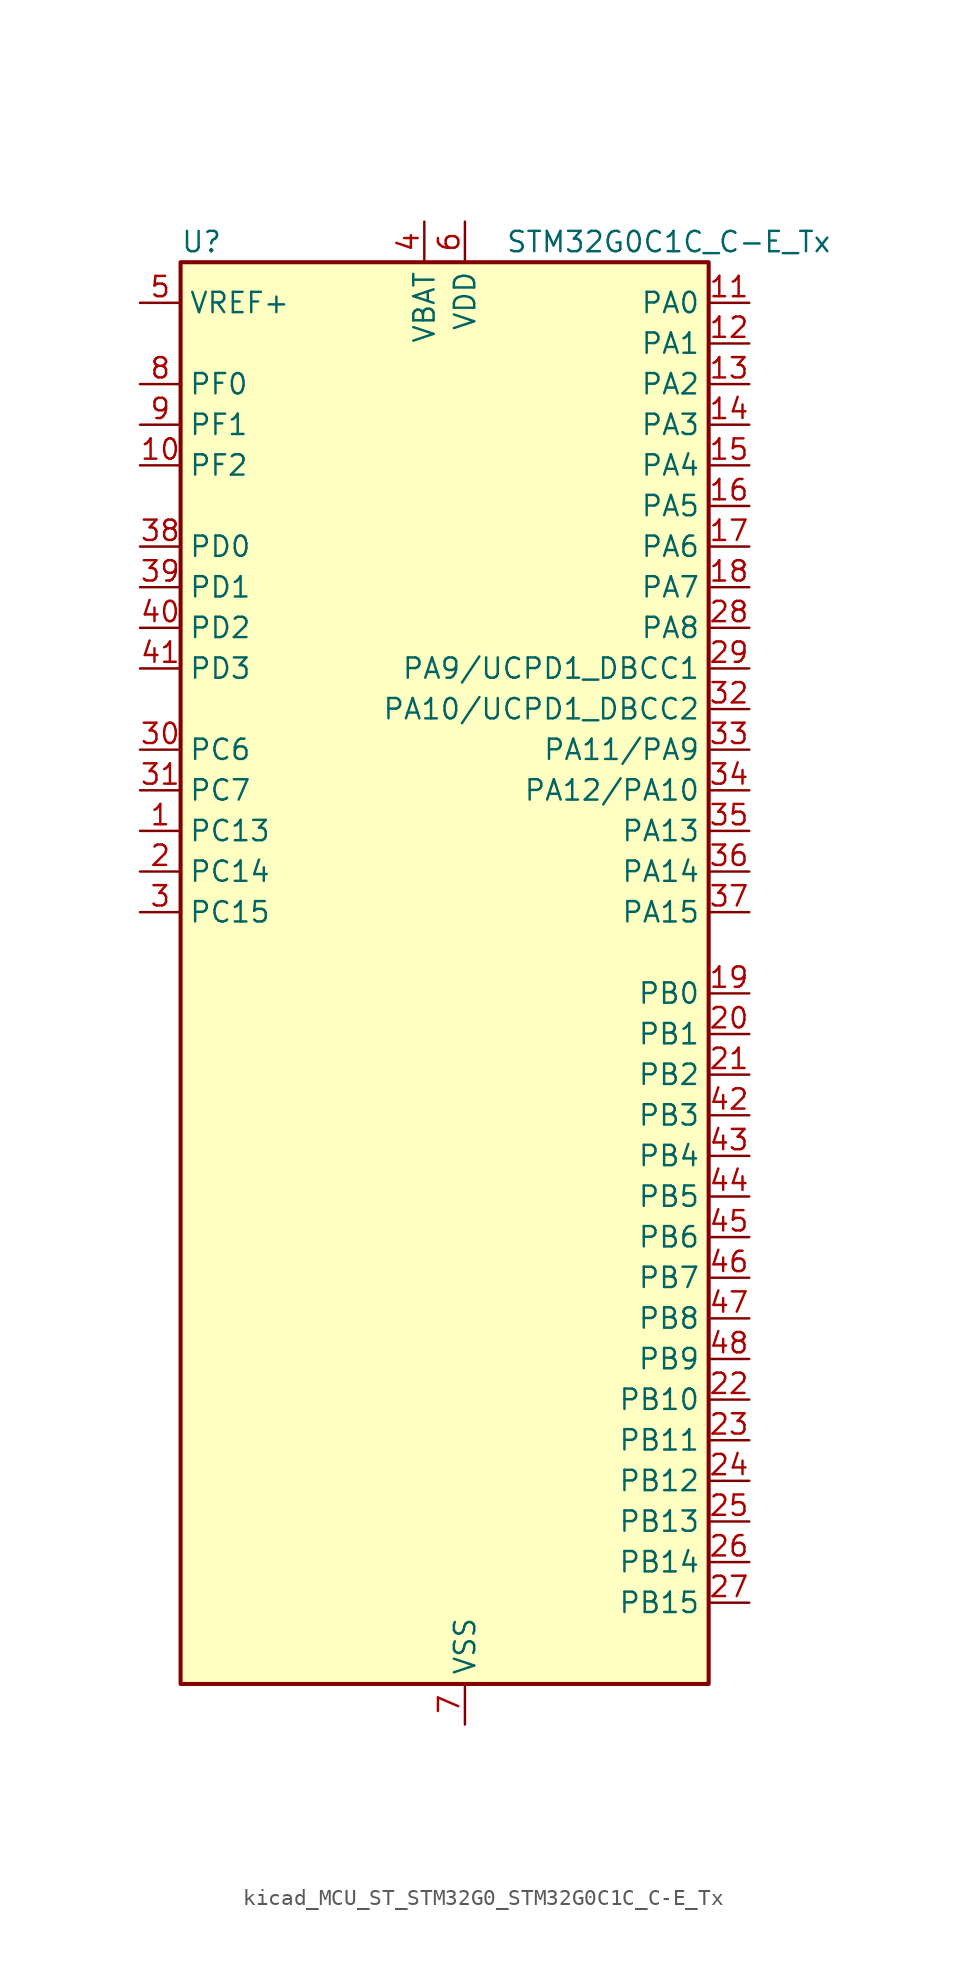
<source format=kicad_sym>
(kicad_symbol_lib
  (version 20220914)
  (generator kicad_symbol_editor)
  (symbol "kicad_MCU_ST_STM32G0_STM32G0C1C_C-E_Tx"
    (property "Reference" "U"
      (at -15.24 46.99 0)
      (effects (font (size 1.27 1.27)) (justify left)))
    (property "Value" "STM32G0C1C_C-E_Tx"
      (at 5.08 46.99 0)
      (effects (font (size 1.27 1.27)) (justify left)))
    (property "ki_locked" ""
      (at 0 0 0)
      (effects (font (size 1.27 1.27))))
    (symbol "kicad_MCU_ST_STM32G0_STM32G0C1C_C-E_Tx_0_1"
      (rectangle (start -15.24 -43.18) (end 17.78 45.72) (stroke (width 0.254) (type default)) (fill (type background))))
    (symbol "kicad_MCU_ST_STM32G0_STM32G0C1C_C-E_Tx_1_1"
      (pin bidirectional line (at -17.78 10.16 0) (length 2.54) (name "PC13" (effects (font (size 1.27 1.27)))) (number "1" (effects (font (size 1.27 1.27)))) (alternate "RTC_OUT1" bidirectional line) (alternate "RTC_TAMP_IN1" bidirectional line) (alternate "RTC_TS" bidirectional line) (alternate "SYS_WKUP2" bidirectional line) (alternate "TIM1_BK" bidirectional line))
      (pin bidirectional line (at -17.78 33.02 0) (length 2.54) (name "PF2" (effects (font (size 1.27 1.27)))) (number "10" (effects (font (size 1.27 1.27)))) (alternate "LPUART2_DE" bidirectional line) (alternate "LPUART2_RTS" bidirectional line) (alternate "LPUART2_TX" bidirectional line) (alternate "RCC_MCO" bidirectional line))
      (pin bidirectional line (at 20.32 43.18 180) (length 2.54) (name "PA0" (effects (font (size 1.27 1.27)))) (number "11" (effects (font (size 1.27 1.27)))) (alternate "ADC1_IN0" bidirectional line) (alternate "COMP1_INM" bidirectional line) (alternate "COMP1_OUT" bidirectional line) (alternate "I2S2_CK" bidirectional line) (alternate "LPTIM1_OUT" bidirectional line) (alternate "RTC_TAMP_IN2" bidirectional line) (alternate "SPI2_SCK" bidirectional line) (alternate "SYS_WKUP1" bidirectional line) (alternate "TIM2_CH1" bidirectional line) (alternate "TIM2_ETR" bidirectional line) (alternate "UCPD2_FRSTX1" bidirectional line) (alternate "UCPD2_FRSTX2" bidirectional line) (alternate "USART2_CTS" bidirectional line) (alternate "USART2_NSS" bidirectional line) (alternate "USART4_TX" bidirectional line))
      (pin bidirectional line (at 20.32 40.64 180) (length 2.54) (name "PA1" (effects (font (size 1.27 1.27)))) (number "12" (effects (font (size 1.27 1.27)))) (alternate "ADC1_IN1" bidirectional line) (alternate "COMP1_INP" bidirectional line) (alternate "I2C1_SMBA" bidirectional line) (alternate "I2S1_CK" bidirectional line) (alternate "SPI1_SCK" bidirectional line) (alternate "TIM15_CH1N" bidirectional line) (alternate "TIM2_CH2" bidirectional line) (alternate "USART2_CK" bidirectional line) (alternate "USART2_DE" bidirectional line) (alternate "USART2_RTS" bidirectional line) (alternate "USART4_RX" bidirectional line))
      (pin bidirectional line (at 20.32 38.1 180) (length 2.54) (name "PA2" (effects (font (size 1.27 1.27)))) (number "13" (effects (font (size 1.27 1.27)))) (alternate "ADC1_IN2" bidirectional line) (alternate "COMP2_INM" bidirectional line) (alternate "COMP2_OUT" bidirectional line) (alternate "I2S1_SD" bidirectional line) (alternate "LPUART1_TX" bidirectional line) (alternate "RCC_LSCO" bidirectional line) (alternate "SPI1_MOSI" bidirectional line) (alternate "SYS_WKUP4" bidirectional line) (alternate "TIM15_CH1" bidirectional line) (alternate "TIM2_CH3" bidirectional line) (alternate "UCPD1_FRSTX1" bidirectional line) (alternate "UCPD1_FRSTX2" bidirectional line) (alternate "USART2_TX" bidirectional line))
      (pin bidirectional line (at 20.32 35.56 180) (length 2.54) (name "PA3" (effects (font (size 1.27 1.27)))) (number "14" (effects (font (size 1.27 1.27)))) (alternate "ADC1_IN3" bidirectional line) (alternate "COMP2_INP" bidirectional line) (alternate "I2S2_MCK" bidirectional line) (alternate "LPUART1_RX" bidirectional line) (alternate "SPI2_MISO" bidirectional line) (alternate "TIM15_CH2" bidirectional line) (alternate "TIM2_CH4" bidirectional line) (alternate "UCPD2_FRSTX1" bidirectional line) (alternate "UCPD2_FRSTX2" bidirectional line) (alternate "USART2_RX" bidirectional line))
      (pin bidirectional line (at 20.32 33.02 180) (length 2.54) (name "PA4" (effects (font (size 1.27 1.27)))) (number "15" (effects (font (size 1.27 1.27)))) (alternate "ADC1_IN4" bidirectional line) (alternate "DAC1_OUT1" bidirectional line) (alternate "I2S1_WS" bidirectional line) (alternate "I2S2_SD" bidirectional line) (alternate "LPTIM2_OUT" bidirectional line) (alternate "RTC_OUT2" bidirectional line) (alternate "SPI1_NSS" bidirectional line) (alternate "SPI2_MOSI" bidirectional line) (alternate "SPI3_NSS" bidirectional line) (alternate "TIM14_CH1" bidirectional line) (alternate "UCPD2_FRSTX1" bidirectional line) (alternate "UCPD2_FRSTX2" bidirectional line) (alternate "USART6_TX" bidirectional line) (alternate "USB_NOE" bidirectional line))
      (pin bidirectional line (at 20.32 30.48 180) (length 2.54) (name "PA5" (effects (font (size 1.27 1.27)))) (number "16" (effects (font (size 1.27 1.27)))) (alternate "ADC1_IN5" bidirectional line) (alternate "CEC" bidirectional line) (alternate "DAC1_OUT2" bidirectional line) (alternate "I2S1_CK" bidirectional line) (alternate "LPTIM2_ETR" bidirectional line) (alternate "SPI1_SCK" bidirectional line) (alternate "TIM2_CH1" bidirectional line) (alternate "TIM2_ETR" bidirectional line) (alternate "UCPD1_FRSTX1" bidirectional line) (alternate "UCPD1_FRSTX2" bidirectional line) (alternate "USART3_TX" bidirectional line) (alternate "USART6_RX" bidirectional line))
      (pin bidirectional line (at 20.32 27.94 180) (length 2.54) (name "PA6" (effects (font (size 1.27 1.27)))) (number "17" (effects (font (size 1.27 1.27)))) (alternate "ADC1_IN6" bidirectional line) (alternate "COMP1_OUT" bidirectional line) (alternate "I2C2_SDA" bidirectional line) (alternate "I2C3_SDA" bidirectional line) (alternate "I2S1_MCK" bidirectional line) (alternate "LPUART1_CTS" bidirectional line) (alternate "SPI1_MISO" bidirectional line) (alternate "TIM16_CH1" bidirectional line) (alternate "TIM1_BK" bidirectional line) (alternate "TIM3_CH1" bidirectional line) (alternate "USART3_CTS" bidirectional line) (alternate "USART3_NSS" bidirectional line) (alternate "USART6_CTS" bidirectional line) (alternate "USART6_NSS" bidirectional line))
      (pin bidirectional line (at 20.32 25.4 180) (length 2.54) (name "PA7" (effects (font (size 1.27 1.27)))) (number "18" (effects (font (size 1.27 1.27)))) (alternate "ADC1_IN7" bidirectional line) (alternate "COMP2_OUT" bidirectional line) (alternate "I2C2_SCL" bidirectional line) (alternate "I2C3_SCL" bidirectional line) (alternate "I2S1_SD" bidirectional line) (alternate "SPI1_MOSI" bidirectional line) (alternate "TIM14_CH1" bidirectional line) (alternate "TIM17_CH1" bidirectional line) (alternate "TIM1_CH1N" bidirectional line) (alternate "TIM3_CH2" bidirectional line) (alternate "UCPD1_FRSTX1" bidirectional line) (alternate "UCPD1_FRSTX2" bidirectional line) (alternate "USART6_CK" bidirectional line) (alternate "USART6_DE" bidirectional line) (alternate "USART6_RTS" bidirectional line))
      (pin bidirectional line (at 20.32 0 180) (length 2.54) (name "PB0" (effects (font (size 1.27 1.27)))) (number "19" (effects (font (size 1.27 1.27)))) (alternate "ADC1_IN8" bidirectional line) (alternate "COMP1_OUT" bidirectional line) (alternate "COMP3_INP" bidirectional line) (alternate "FDCAN2_RX" bidirectional line) (alternate "I2S1_WS" bidirectional line) (alternate "LPTIM1_OUT" bidirectional line) (alternate "LPUART2_CTS" bidirectional line) (alternate "SPI1_NSS" bidirectional line) (alternate "TIM1_CH2N" bidirectional line) (alternate "TIM3_CH3" bidirectional line) (alternate "UCPD1_FRSTX1" bidirectional line) (alternate "UCPD1_FRSTX2" bidirectional line) (alternate "USART3_RX" bidirectional line) (alternate "USART5_TX" bidirectional line))
      (pin bidirectional line (at -17.78 7.62 0) (length 2.54) (name "PC14" (effects (font (size 1.27 1.27)))) (number "2" (effects (font (size 1.27 1.27)))) (alternate "RCC_OSC32_IN" bidirectional line) (alternate "TIM1_BK2" bidirectional line))
      (pin bidirectional line (at 20.32 -2.54 180) (length 2.54) (name "PB1" (effects (font (size 1.27 1.27)))) (number "20" (effects (font (size 1.27 1.27)))) (alternate "ADC1_IN9" bidirectional line) (alternate "COMP1_INM" bidirectional line) (alternate "COMP3_OUT" bidirectional line) (alternate "FDCAN2_TX" bidirectional line) (alternate "LPTIM2_IN1" bidirectional line) (alternate "LPUART1_DE" bidirectional line) (alternate "LPUART1_RTS" bidirectional line) (alternate "LPUART2_DE" bidirectional line) (alternate "LPUART2_RTS" bidirectional line) (alternate "TIM14_CH1" bidirectional line) (alternate "TIM1_CH3N" bidirectional line) (alternate "TIM3_CH4" bidirectional line) (alternate "USART3_CK" bidirectional line) (alternate "USART3_DE" bidirectional line) (alternate "USART3_RTS" bidirectional line) (alternate "USART5_RX" bidirectional line))
      (pin bidirectional line (at 20.32 -5.08 180) (length 2.54) (name "PB2" (effects (font (size 1.27 1.27)))) (number "21" (effects (font (size 1.27 1.27)))) (alternate "ADC1_IN10" bidirectional line) (alternate "COMP1_INP" bidirectional line) (alternate "COMP3_INM" bidirectional line) (alternate "I2S2_MCK" bidirectional line) (alternate "LPTIM1_OUT" bidirectional line) (alternate "RCC_MCO_2" bidirectional line) (alternate "SPI2_MISO" bidirectional line) (alternate "USART3_TX" bidirectional line))
      (pin bidirectional line (at 20.32 -25.4 180) (length 2.54) (name "PB10" (effects (font (size 1.27 1.27)))) (number "22" (effects (font (size 1.27 1.27)))) (alternate "ADC1_IN11" bidirectional line) (alternate "CEC" bidirectional line) (alternate "COMP1_OUT" bidirectional line) (alternate "I2C2_SCL" bidirectional line) (alternate "I2S2_CK" bidirectional line) (alternate "LPUART1_RX" bidirectional line) (alternate "SPI2_SCK" bidirectional line) (alternate "TIM2_CH3" bidirectional line) (alternate "USART3_TX" bidirectional line))
      (pin bidirectional line (at 20.32 -27.94 180) (length 2.54) (name "PB11" (effects (font (size 1.27 1.27)))) (number "23" (effects (font (size 1.27 1.27)))) (alternate "ADC1_EXTI11" bidirectional line) (alternate "ADC1_IN15" bidirectional line) (alternate "COMP2_OUT" bidirectional line) (alternate "I2C2_SDA" bidirectional line) (alternate "I2S2_SD" bidirectional line) (alternate "LPUART1_TX" bidirectional line) (alternate "SPI2_MOSI" bidirectional line) (alternate "TIM2_CH4" bidirectional line) (alternate "USART3_RX" bidirectional line))
      (pin bidirectional line (at 20.32 -30.48 180) (length 2.54) (name "PB12" (effects (font (size 1.27 1.27)))) (number "24" (effects (font (size 1.27 1.27)))) (alternate "ADC1_IN16" bidirectional line) (alternate "FDCAN2_RX" bidirectional line) (alternate "I2C2_SMBA" bidirectional line) (alternate "I2S2_WS" bidirectional line) (alternate "LPUART1_DE" bidirectional line) (alternate "LPUART1_RTS" bidirectional line) (alternate "SPI2_NSS" bidirectional line) (alternate "TIM15_BK" bidirectional line) (alternate "TIM1_BK" bidirectional line) (alternate "UCPD2_FRSTX1" bidirectional line) (alternate "UCPD2_FRSTX2" bidirectional line))
      (pin bidirectional line (at 20.32 -33.02 180) (length 2.54) (name "PB13" (effects (font (size 1.27 1.27)))) (number "25" (effects (font (size 1.27 1.27)))) (alternate "FDCAN2_TX" bidirectional line) (alternate "I2C2_SCL" bidirectional line) (alternate "I2S2_CK" bidirectional line) (alternate "LPUART1_CTS" bidirectional line) (alternate "SPI2_SCK" bidirectional line) (alternate "TIM15_CH1N" bidirectional line) (alternate "TIM1_CH1N" bidirectional line) (alternate "USART3_CTS" bidirectional line) (alternate "USART3_NSS" bidirectional line))
      (pin bidirectional line (at 20.32 -35.56 180) (length 2.54) (name "PB14" (effects (font (size 1.27 1.27)))) (number "26" (effects (font (size 1.27 1.27)))) (alternate "I2C2_SDA" bidirectional line) (alternate "I2S2_MCK" bidirectional line) (alternate "SPI2_MISO" bidirectional line) (alternate "TIM15_CH1" bidirectional line) (alternate "TIM1_CH2N" bidirectional line) (alternate "UCPD1_FRSTX1" bidirectional line) (alternate "UCPD1_FRSTX2" bidirectional line) (alternate "USART3_CK" bidirectional line) (alternate "USART3_DE" bidirectional line) (alternate "USART3_RTS" bidirectional line) (alternate "USART6_CK" bidirectional line) (alternate "USART6_DE" bidirectional line) (alternate "USART6_RTS" bidirectional line))
      (pin bidirectional line (at 20.32 -38.1 180) (length 2.54) (name "PB15" (effects (font (size 1.27 1.27)))) (number "27" (effects (font (size 1.27 1.27)))) (alternate "I2S2_SD" bidirectional line) (alternate "RTC_REFIN" bidirectional line) (alternate "SPI2_MOSI" bidirectional line) (alternate "TIM15_CH1N" bidirectional line) (alternate "TIM15_CH2" bidirectional line) (alternate "TIM1_CH3N" bidirectional line) (alternate "UCPD1_CC2" bidirectional line) (alternate "USART6_CTS" bidirectional line) (alternate "USART6_NSS" bidirectional line))
      (pin bidirectional line (at 20.32 22.86 180) (length 2.54) (name "PA8" (effects (font (size 1.27 1.27)))) (number "28" (effects (font (size 1.27 1.27)))) (alternate "CRS1_SYNC" bidirectional line) (alternate "I2C2_SMBA" bidirectional line) (alternate "I2S2_WS" bidirectional line) (alternate "LPTIM2_OUT" bidirectional line) (alternate "RCC_MCO" bidirectional line) (alternate "SPI2_NSS" bidirectional line) (alternate "TIM1_CH1" bidirectional line) (alternate "UCPD1_CC1" bidirectional line))
      (pin bidirectional line (at 20.32 20.32 180) (length 2.54) (name "PA9/UCPD1_DBCC1" (effects (font (size 1.27 1.27)))) (number "29" (effects (font (size 1.27 1.27)))) (alternate "DAC1_EXTI9" bidirectional line) (alternate "I2C1_SCL" bidirectional line) (alternate "I2C2_SCL" bidirectional line) (alternate "I2S2_MCK" bidirectional line) (alternate "RCC_MCO" bidirectional line) (alternate "SPI2_MISO" bidirectional line) (alternate "TIM15_BK" bidirectional line) (alternate "TIM1_CH2" bidirectional line) (alternate "UCPD1_DBCC1" bidirectional line) (alternate "USART1_TX" bidirectional line))
      (pin bidirectional line (at -17.78 5.08 0) (length 2.54) (name "PC15" (effects (font (size 1.27 1.27)))) (number "3" (effects (font (size 1.27 1.27)))) (alternate "RCC_OSC32_EN" bidirectional line) (alternate "RCC_OSC32_OUT" bidirectional line) (alternate "RCC_OSC_EN" bidirectional line) (alternate "TIM15_BK" bidirectional line))
      (pin bidirectional line (at -17.78 15.24 0) (length 2.54) (name "PC6" (effects (font (size 1.27 1.27)))) (number "30" (effects (font (size 1.27 1.27)))) (alternate "LPUART2_TX" bidirectional line) (alternate "TIM2_CH3" bidirectional line) (alternate "TIM3_CH1" bidirectional line) (alternate "UCPD1_FRSTX1" bidirectional line) (alternate "UCPD1_FRSTX2" bidirectional line))
      (pin bidirectional line (at -17.78 12.7 0) (length 2.54) (name "PC7" (effects (font (size 1.27 1.27)))) (number "31" (effects (font (size 1.27 1.27)))) (alternate "LPUART2_RX" bidirectional line) (alternate "TIM2_CH4" bidirectional line) (alternate "TIM3_CH2" bidirectional line) (alternate "UCPD2_FRSTX1" bidirectional line) (alternate "UCPD2_FRSTX2" bidirectional line))
      (pin bidirectional line (at 20.32 17.78 180) (length 2.54) (name "PA10/UCPD1_DBCC2" (effects (font (size 1.27 1.27)))) (number "32" (effects (font (size 1.27 1.27)))) (alternate "I2C1_SDA" bidirectional line) (alternate "I2C2_SDA" bidirectional line) (alternate "I2S2_SD" bidirectional line) (alternate "RCC_MCO_2" bidirectional line) (alternate "SPI2_MOSI" bidirectional line) (alternate "TIM17_BK" bidirectional line) (alternate "TIM1_CH3" bidirectional line) (alternate "UCPD1_DBCC2" bidirectional line) (alternate "USART1_RX" bidirectional line))
      (pin bidirectional line (at 20.32 15.24 180) (length 2.54) (name "PA11/PA9" (effects (font (size 1.27 1.27)))) (number "33" (effects (font (size 1.27 1.27)))) (alternate "ADC1_EXTI11" bidirectional line) (alternate "COMP1_OUT" bidirectional line) (alternate "FDCAN1_RX" bidirectional line) (alternate "I2C2_SCL" bidirectional line) (alternate "I2S1_MCK" bidirectional line) (alternate "SPI1_MISO" bidirectional line) (alternate "TIM1_BK2" bidirectional line) (alternate "TIM1_CH4" bidirectional line) (alternate "USART1_CTS" bidirectional line) (alternate "USART1_NSS" bidirectional line) (alternate "USB_DM" bidirectional line))
      (pin bidirectional line (at 20.32 12.7 180) (length 2.54) (name "PA12/PA10" (effects (font (size 1.27 1.27)))) (number "34" (effects (font (size 1.27 1.27)))) (alternate "COMP2_OUT" bidirectional line) (alternate "FDCAN1_TX" bidirectional line) (alternate "I2C2_SDA" bidirectional line) (alternate "I2S1_SD" bidirectional line) (alternate "I2S_CKIN" bidirectional line) (alternate "SPI1_MOSI" bidirectional line) (alternate "TIM1_ETR" bidirectional line) (alternate "USART1_CK" bidirectional line) (alternate "USART1_DE" bidirectional line) (alternate "USART1_RTS" bidirectional line) (alternate "USB_DP" bidirectional line))
      (pin bidirectional line (at 20.32 10.16 180) (length 2.54) (name "PA13" (effects (font (size 1.27 1.27)))) (number "35" (effects (font (size 1.27 1.27)))) (alternate "IR_OUT" bidirectional line) (alternate "LPUART2_RX" bidirectional line) (alternate "SYS_SWDIO" bidirectional line) (alternate "USB_NOE" bidirectional line))
      (pin bidirectional line (at 20.32 7.62 180) (length 2.54) (name "PA14" (effects (font (size 1.27 1.27)))) (number "36" (effects (font (size 1.27 1.27)))) (alternate "LPUART2_TX" bidirectional line) (alternate "SYS_SWCLK" bidirectional line) (alternate "USART2_TX" bidirectional line))
      (pin bidirectional line (at 20.32 5.08 180) (length 2.54) (name "PA15" (effects (font (size 1.27 1.27)))) (number "37" (effects (font (size 1.27 1.27)))) (alternate "I2C2_SMBA" bidirectional line) (alternate "I2S1_WS" bidirectional line) (alternate "RCC_MCO_2" bidirectional line) (alternate "SPI1_NSS" bidirectional line) (alternate "SPI3_NSS" bidirectional line) (alternate "TIM2_CH1" bidirectional line) (alternate "TIM2_ETR" bidirectional line) (alternate "USART2_RX" bidirectional line) (alternate "USART3_CK" bidirectional line) (alternate "USART3_DE" bidirectional line) (alternate "USART3_RTS" bidirectional line) (alternate "USART4_CK" bidirectional line) (alternate "USART4_DE" bidirectional line) (alternate "USART4_RTS" bidirectional line) (alternate "USB_NOE" bidirectional line))
      (pin bidirectional line (at -17.78 27.94 0) (length 2.54) (name "PD0" (effects (font (size 1.27 1.27)))) (number "38" (effects (font (size 1.27 1.27)))) (alternate "FDCAN1_RX" bidirectional line) (alternate "I2S2_WS" bidirectional line) (alternate "SPI2_NSS" bidirectional line) (alternate "TIM16_CH1" bidirectional line) (alternate "UCPD2_CC1" bidirectional line))
      (pin bidirectional line (at -17.78 25.4 0) (length 2.54) (name "PD1" (effects (font (size 1.27 1.27)))) (number "39" (effects (font (size 1.27 1.27)))) (alternate "FDCAN1_TX" bidirectional line) (alternate "I2S2_CK" bidirectional line) (alternate "SPI2_SCK" bidirectional line) (alternate "TIM17_CH1" bidirectional line) (alternate "UCPD2_DBCC1" bidirectional line))
      (pin power_in line (at 0 48.26 270) (length 2.54) (name "VBAT" (effects (font (size 1.27 1.27)))) (number "4" (effects (font (size 1.27 1.27)))))
      (pin bidirectional line (at -17.78 22.86 0) (length 2.54) (name "PD2" (effects (font (size 1.27 1.27)))) (number "40" (effects (font (size 1.27 1.27)))) (alternate "TIM1_CH1N" bidirectional line) (alternate "TIM3_ETR" bidirectional line) (alternate "UCPD2_CC2" bidirectional line) (alternate "USART3_CK" bidirectional line) (alternate "USART3_DE" bidirectional line) (alternate "USART3_RTS" bidirectional line) (alternate "USART5_RX" bidirectional line))
      (pin bidirectional line (at -17.78 20.32 0) (length 2.54) (name "PD3" (effects (font (size 1.27 1.27)))) (number "41" (effects (font (size 1.27 1.27)))) (alternate "I2S2_MCK" bidirectional line) (alternate "SPI2_MISO" bidirectional line) (alternate "TIM1_CH2N" bidirectional line) (alternate "UCPD2_DBCC2" bidirectional line) (alternate "USART2_CTS" bidirectional line) (alternate "USART2_NSS" bidirectional line) (alternate "USART5_TX" bidirectional line))
      (pin bidirectional line (at 20.32 -7.62 180) (length 2.54) (name "PB3" (effects (font (size 1.27 1.27)))) (number "42" (effects (font (size 1.27 1.27)))) (alternate "COMP2_INM" bidirectional line) (alternate "I2C2_SCL" bidirectional line) (alternate "I2C3_SCL" bidirectional line) (alternate "I2S1_CK" bidirectional line) (alternate "SPI1_SCK" bidirectional line) (alternate "SPI3_SCK" bidirectional line) (alternate "TIM1_CH2" bidirectional line) (alternate "TIM2_CH2" bidirectional line) (alternate "USART1_CK" bidirectional line) (alternate "USART1_DE" bidirectional line) (alternate "USART1_RTS" bidirectional line) (alternate "USART5_TX" bidirectional line))
      (pin bidirectional line (at 20.32 -10.16 180) (length 2.54) (name "PB4" (effects (font (size 1.27 1.27)))) (number "43" (effects (font (size 1.27 1.27)))) (alternate "COMP2_INP" bidirectional line) (alternate "I2C2_SDA" bidirectional line) (alternate "I2C3_SDA" bidirectional line) (alternate "I2S1_MCK" bidirectional line) (alternate "SPI1_MISO" bidirectional line) (alternate "SPI3_MISO" bidirectional line) (alternate "TIM17_BK" bidirectional line) (alternate "TIM3_CH1" bidirectional line) (alternate "USART1_CTS" bidirectional line) (alternate "USART1_NSS" bidirectional line) (alternate "USART5_RX" bidirectional line))
      (pin bidirectional line (at 20.32 -12.7 180) (length 2.54) (name "PB5" (effects (font (size 1.27 1.27)))) (number "44" (effects (font (size 1.27 1.27)))) (alternate "COMP2_OUT" bidirectional line) (alternate "FDCAN2_RX" bidirectional line) (alternate "I2C1_SMBA" bidirectional line) (alternate "I2S1_SD" bidirectional line) (alternate "LPTIM1_IN1" bidirectional line) (alternate "SPI1_MOSI" bidirectional line) (alternate "SPI3_MOSI" bidirectional line) (alternate "SYS_WKUP6" bidirectional line) (alternate "TIM16_BK" bidirectional line) (alternate "TIM3_CH2" bidirectional line) (alternate "USART5_CK" bidirectional line) (alternate "USART5_DE" bidirectional line) (alternate "USART5_RTS" bidirectional line))
      (pin bidirectional line (at 20.32 -15.24 180) (length 2.54) (name "PB6" (effects (font (size 1.27 1.27)))) (number "45" (effects (font (size 1.27 1.27)))) (alternate "COMP2_INP" bidirectional line) (alternate "FDCAN2_TX" bidirectional line) (alternate "I2C1_SCL" bidirectional line) (alternate "I2S2_MCK" bidirectional line) (alternate "LPTIM1_ETR" bidirectional line) (alternate "LPUART2_TX" bidirectional line) (alternate "SPI2_MISO" bidirectional line) (alternate "TIM16_CH1N" bidirectional line) (alternate "TIM1_CH3" bidirectional line) (alternate "TIM4_CH1" bidirectional line) (alternate "USART1_TX" bidirectional line) (alternate "USART5_CTS" bidirectional line) (alternate "USART5_NSS" bidirectional line))
      (pin bidirectional line (at 20.32 -17.78 180) (length 2.54) (name "PB7" (effects (font (size 1.27 1.27)))) (number "46" (effects (font (size 1.27 1.27)))) (alternate "COMP2_INM" bidirectional line) (alternate "I2C1_SDA" bidirectional line) (alternate "I2S2_SD" bidirectional line) (alternate "LPTIM1_IN2" bidirectional line) (alternate "LPUART2_RX" bidirectional line) (alternate "SPI2_MOSI" bidirectional line) (alternate "SYS_PVD_IN" bidirectional line) (alternate "TIM17_CH1N" bidirectional line) (alternate "TIM4_CH2" bidirectional line) (alternate "USART1_RX" bidirectional line) (alternate "USART4_CTS" bidirectional line) (alternate "USART4_NSS" bidirectional line))
      (pin bidirectional line (at 20.32 -20.32 180) (length 2.54) (name "PB8" (effects (font (size 1.27 1.27)))) (number "47" (effects (font (size 1.27 1.27)))) (alternate "CEC" bidirectional line) (alternate "FDCAN1_RX" bidirectional line) (alternate "I2C1_SCL" bidirectional line) (alternate "I2S2_CK" bidirectional line) (alternate "SPI2_SCK" bidirectional line) (alternate "TIM15_BK" bidirectional line) (alternate "TIM16_CH1" bidirectional line) (alternate "TIM4_CH3" bidirectional line) (alternate "USART3_TX" bidirectional line) (alternate "USART6_TX" bidirectional line))
      (pin bidirectional line (at 20.32 -22.86 180) (length 2.54) (name "PB9" (effects (font (size 1.27 1.27)))) (number "48" (effects (font (size 1.27 1.27)))) (alternate "DAC1_EXTI9" bidirectional line) (alternate "FDCAN1_TX" bidirectional line) (alternate "I2C1_SDA" bidirectional line) (alternate "I2S2_WS" bidirectional line) (alternate "IR_OUT" bidirectional line) (alternate "SPI2_NSS" bidirectional line) (alternate "TIM17_CH1" bidirectional line) (alternate "TIM4_CH4" bidirectional line) (alternate "UCPD2_FRSTX1" bidirectional line) (alternate "UCPD2_FRSTX2" bidirectional line) (alternate "USART3_RX" bidirectional line) (alternate "USART6_RX" bidirectional line))
      (pin input line (at -17.78 43.18 0) (length 2.54) (name "VREF+" (effects (font (size 1.27 1.27)))) (number "5" (effects (font (size 1.27 1.27)))) (alternate "VREFBUF_OUT" bidirectional line))
      (pin power_in line (at 2.54 48.26 270) (length 2.54) (name "VDD" (effects (font (size 1.27 1.27)))) (number "6" (effects (font (size 1.27 1.27)))))
      (pin power_in line (at 2.54 -45.72 90) (length 2.54) (name "VSS" (effects (font (size 1.27 1.27)))) (number "7" (effects (font (size 1.27 1.27)))))
      (pin bidirectional line (at -17.78 38.1 0) (length 2.54) (name "PF0" (effects (font (size 1.27 1.27)))) (number "8" (effects (font (size 1.27 1.27)))) (alternate "CRS1_SYNC" bidirectional line) (alternate "RCC_OSC_IN" bidirectional line) (alternate "TIM14_CH1" bidirectional line))
      (pin bidirectional line (at -17.78 35.56 0) (length 2.54) (name "PF1" (effects (font (size 1.27 1.27)))) (number "9" (effects (font (size 1.27 1.27)))) (alternate "RCC_OSC_EN" bidirectional line) (alternate "RCC_OSC_OUT" bidirectional line) (alternate "TIM15_CH1N" bidirectional line)))))
</source>
